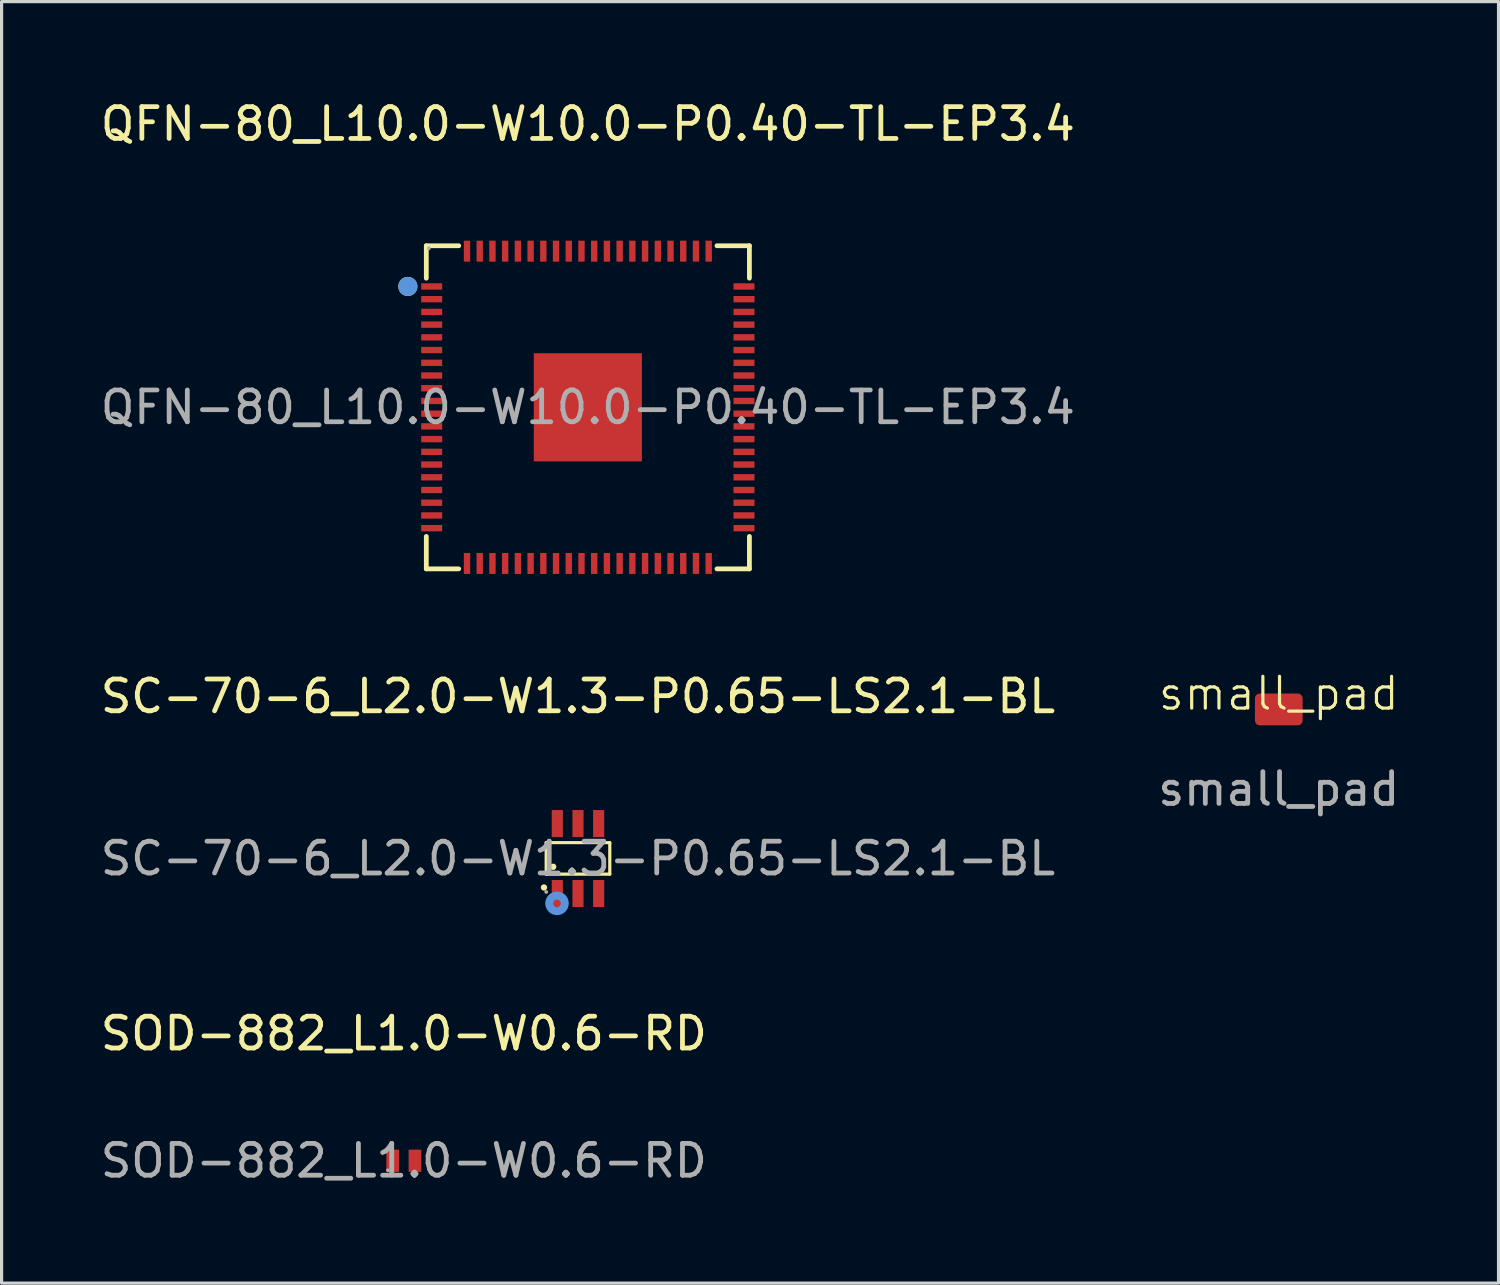
<source format=kicad_pcb>
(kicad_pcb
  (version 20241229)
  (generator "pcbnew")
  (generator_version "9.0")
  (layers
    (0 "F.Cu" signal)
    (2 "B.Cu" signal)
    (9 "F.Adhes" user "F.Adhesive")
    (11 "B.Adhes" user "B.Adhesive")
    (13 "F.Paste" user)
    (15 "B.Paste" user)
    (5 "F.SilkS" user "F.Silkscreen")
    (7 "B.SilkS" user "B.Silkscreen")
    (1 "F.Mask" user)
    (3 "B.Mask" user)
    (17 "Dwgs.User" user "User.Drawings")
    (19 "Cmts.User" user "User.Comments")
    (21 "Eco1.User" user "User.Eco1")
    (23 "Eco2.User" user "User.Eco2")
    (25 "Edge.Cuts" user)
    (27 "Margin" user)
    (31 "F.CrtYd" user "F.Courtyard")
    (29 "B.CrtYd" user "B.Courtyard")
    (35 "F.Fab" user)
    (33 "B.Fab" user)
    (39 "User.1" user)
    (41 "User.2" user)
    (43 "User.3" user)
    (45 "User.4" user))
  (footprint "SOD-882_L1.0-W0.6-RD"
    (layer "F.Cu")
    (at 9.649 33.45)
    (property "Reference" "SOD-882_L1.0-W0.6-RD" (at 0 -4 0) (layer "F.SilkS") (effects (font (size 1 1) (thickness 0.15))))
    (attr through_hole)
    (fp_circle (center -0.5 0.3) (end -0.47 0.3) (stroke (width 0.06) (type solid)) (fill no) (layer "F.Fab"))
    (fp_text user "${REFERENCE}" (at 0 0 0) (layer "F.Fab") (effects (font (size 1 1) (thickness 0.15))))
    (pad "1" smd rect (at -0.35 0) (size 0.4 0.7) (layers "F.Cu" "F.Mask" "F.Paste"))
    (pad "2" smd rect (at 0.35 0) (size 0.4 0.7) (layers "F.Cu" "F.Mask" "F.Paste")))
  (footprint "SC-70-6_L2.0-W1.3-P0.65-LS2.1-BL"
    (layer "F.Cu")
    (at 15.125 23.947)
    (property "Reference" "SC-70-6_L2.0-W1.3-P0.65-LS2.1-BL" (at 0 -5.1 0) (layer "F.SilkS") (effects (font (size 1 1) (thickness 0.15))))
    (attr smd)
    (fp_line (start -1 -0.5) (end -1 0.49) (stroke (width 0.1) (type solid)) (layer "F.SilkS"))
    (fp_line (start -1 0.49) (end 1 0.49) (stroke (width 0.1) (type solid)) (layer "F.SilkS"))
    (fp_line (start 0.99 -0.5) (end -1 -0.5) (stroke (width 0.1) (type solid)) (layer "F.SilkS"))
    (fp_line (start 1 -0.49) (end 0.99 -0.5) (stroke (width 0.1) (type solid)) (layer "F.SilkS"))
    (fp_line (start 1 0.49) (end 1 -0.49) (stroke (width 0.1) (type solid)) (layer "F.SilkS"))
    (fp_circle (center -1.07 0.91) (end -1.02 0.91) (stroke (width 0.1) (type solid)) (fill no) (layer "F.SilkS"))
    (fp_circle (center -0.78 0.26) (end -0.73 0.26) (stroke (width 0.1) (type solid)) (fill no) (layer "F.SilkS"))
    (fp_circle (center -0.66 1.41) (end -0.54 1.41) (stroke (width 0.25) (type solid)) (fill no) (layer "Cmts.User"))
    (fp_circle (center -1 1.05) (end -0.97 1.05) (stroke (width 0.06) (type solid)) (fill no) (layer "F.Fab"))
    (fp_text user "${REFERENCE}" (at 0 0 0) (layer "F.Fab") (effects (font (size 1 1) (thickness 0.15))))
    (pad "1" smd rect (at -0.65 1.1) (size 0.35 0.85) (layers "F.Cu" "F.Mask" "F.Paste"))
    (pad "2" smd rect (at 0 1.1) (size 0.35 0.85) (layers "F.Cu" "F.Mask" "F.Paste"))
    (pad "3" smd rect (at 0.65 1.1) (size 0.35 0.85) (layers "F.Cu" "F.Mask" "F.Paste"))
    (pad "4" smd rect (at 0.65 -1.1) (size 0.35 0.85) (layers "F.Cu" "F.Mask" "F.Paste"))
    (pad "5" smd rect (at 0 -1.1) (size 0.35 0.85) (layers "F.Cu" "F.Mask" "F.Paste"))
    (pad "6" smd rect (at -0.65 -1.1) (size 0.35 0.85) (layers "F.Cu" "F.Mask" "F.Paste")))
  (footprint "small_pad"
    (layer "F.Cu")
    (at 37.161 19.259)
    (property "Reference" "small_pad" (at 0 -0.5 0) (unlocked yes) (layer "F.SilkS") (effects (font (size 1 1) (thickness 0.1))))
    (attr smd)
    (fp_text user "${REFERENCE}" (at 0 2.5 0) (unlocked yes) (layer "F.Fab") (effects (font (size 1 1) (thickness 0.15))))
    (pad "1" smd roundrect (at 0 0) (size 1.5 1) (property pad_prop_testpoint) (layers "F.Cu" "F.Mask") (roundrect_rratio 0.15)))
  (footprint "QFN-80_L10.0-W10.0-P0.40-TL-EP3.4"
    (layer "F.Cu")
    (at 15.435 9.758)
    (property "Reference" "QFN-80_L10.0-W10.0-P0.40-TL-EP3.4" (at 0 -8.91 0) (layer "F.SilkS") (effects (font (size 1 1) (thickness 0.15))))
    (attr smd)
    (fp_line (start -5.08 -5.08) (end -4.06 -5.08) (stroke (width 0.15) (type solid)) (layer "F.SilkS"))
    (fp_line (start -5.08 -4.06) (end -5.08 -5.08) (stroke (width 0.15) (type solid)) (layer "F.SilkS"))
    (fp_line (start -5.08 4.06) (end -5.08 5.08) (stroke (width 0.15) (type solid)) (layer "F.SilkS"))
    (fp_line (start -5.08 5.08) (end -4.06 5.08) (stroke (width 0.15) (type solid)) (layer "F.SilkS"))
    (fp_line (start 5.08 -5.08) (end 4.06 -5.08) (stroke (width 0.15) (type solid)) (layer "F.SilkS"))
    (fp_line (start 5.08 -4.06) (end 5.08 -5.08) (stroke (width 0.15) (type solid)) (layer "F.SilkS"))
    (fp_line (start 5.08 4.06) (end 5.08 5.08) (stroke (width 0.15) (type solid)) (layer "F.SilkS"))
    (fp_line (start 5.08 5.08) (end 4.06 5.08) (stroke (width 0.15) (type solid)) (layer "F.SilkS"))
    (fp_circle (center -5.66 -3.8) (end -5.51 -3.8) (stroke (width 0.3) (type solid)) (fill no) (layer "F.SilkS"))
    (fp_circle (center -5.66 -3.8) (end -5.51 -3.8) (stroke (width 0.3) (type solid)) (fill no) (layer "Cmts.User"))
    (fp_circle (center -5 -5) (end -4.97 -5) (stroke (width 0.06) (type solid)) (fill no) (layer "F.Fab"))
    (fp_text user "${REFERENCE}" (at 0 0 0) (layer "F.Fab") (effects (font (size 1 1) (thickness 0.15))))
    (pad "1" smd rect (at -4.91 -3.8) (size 0.66 0.2) (layers "F.Cu" "F.Mask" "F.Paste"))
    (pad "2" smd rect (at -4.91 -3.4) (size 0.66 0.2) (layers "F.Cu" "F.Mask" "F.Paste"))
    (pad "3" smd rect (at -4.91 -3) (size 0.66 0.2) (layers "F.Cu" "F.Mask" "F.Paste"))
    (pad "4" smd rect (at -4.91 -2.6) (size 0.66 0.2) (layers "F.Cu" "F.Mask" "F.Paste"))
    (pad "5" smd rect (at -4.91 -2.2) (size 0.66 0.2) (layers "F.Cu" "F.Mask" "F.Paste"))
    (pad "6" smd rect (at -4.91 -1.8) (size 0.66 0.2) (layers "F.Cu" "F.Mask" "F.Paste"))
    (pad "7" smd rect (at -4.91 -1.4) (size 0.66 0.2) (layers "F.Cu" "F.Mask" "F.Paste"))
    (pad "8" smd rect (at -4.91 -1) (size 0.66 0.2) (layers "F.Cu" "F.Mask" "F.Paste"))
    (pad "9" smd rect (at -4.91 -0.6) (size 0.66 0.2) (layers "F.Cu" "F.Mask" "F.Paste"))
    (pad "10" smd rect (at -4.91 -0.2) (size 0.66 0.2) (layers "F.Cu" "F.Mask" "F.Paste"))
    (pad "11" smd rect (at -4.91 0.2) (size 0.66 0.2) (layers "F.Cu" "F.Mask" "F.Paste"))
    (pad "12" smd rect (at -4.91 0.6) (size 0.66 0.2) (layers "F.Cu" "F.Mask" "F.Paste"))
    (pad "13" smd rect (at -4.91 1) (size 0.66 0.2) (layers "F.Cu" "F.Mask" "F.Paste"))
    (pad "14" smd rect (at -4.91 1.4) (size 0.66 0.2) (layers "F.Cu" "F.Mask" "F.Paste"))
    (pad "15" smd rect (at -4.91 1.8) (size 0.66 0.2) (layers "F.Cu" "F.Mask" "F.Paste"))
    (pad "16" smd rect (at -4.91 2.2) (size 0.66 0.2) (layers "F.Cu" "F.Mask" "F.Paste"))
    (pad "17" smd rect (at -4.91 2.6) (size 0.66 0.2) (layers "F.Cu" "F.Mask" "F.Paste"))
    (pad "18" smd rect (at -4.91 3) (size 0.66 0.2) (layers "F.Cu" "F.Mask" "F.Paste"))
    (pad "19" smd rect (at -4.91 3.4) (size 0.66 0.2) (layers "F.Cu" "F.Mask" "F.Paste"))
    (pad "20" smd rect (at -4.91 3.8) (size 0.66 0.2) (layers "F.Cu" "F.Mask" "F.Paste"))
    (pad "21" smd rect (at -3.8 4.91) (size 0.2 0.66) (layers "F.Cu" "F.Mask" "F.Paste"))
    (pad "22" smd rect (at -3.4 4.91) (size 0.2 0.66) (layers "F.Cu" "F.Mask" "F.Paste"))
    (pad "23" smd rect (at -3 4.91) (size 0.2 0.66) (layers "F.Cu" "F.Mask" "F.Paste"))
    (pad "24" smd rect (at -2.6 4.91) (size 0.2 0.66) (layers "F.Cu" "F.Mask" "F.Paste"))
    (pad "25" smd rect (at -2.2 4.91) (size 0.2 0.66) (layers "F.Cu" "F.Mask" "F.Paste"))
    (pad "26" smd rect (at -1.8 4.91) (size 0.2 0.66) (layers "F.Cu" "F.Mask" "F.Paste"))
    (pad "27" smd rect (at -1.4 4.91) (size 0.2 0.66) (layers "F.Cu" "F.Mask" "F.Paste"))
    (pad "28" smd rect (at -1 4.91) (size 0.2 0.66) (layers "F.Cu" "F.Mask" "F.Paste"))
    (pad "29" smd rect (at -0.6 4.91) (size 0.2 0.66) (layers "F.Cu" "F.Mask" "F.Paste"))
    (pad "30" smd rect (at -0.2 4.91) (size 0.2 0.66) (layers "F.Cu" "F.Mask" "F.Paste"))
    (pad "31" smd rect (at 0.2 4.91) (size 0.2 0.66) (layers "F.Cu" "F.Mask" "F.Paste"))
    (pad "32" smd rect (at 0.6 4.91) (size 0.2 0.66) (layers "F.Cu" "F.Mask" "F.Paste"))
    (pad "33" smd rect (at 1 4.91) (size 0.2 0.66) (layers "F.Cu" "F.Mask" "F.Paste"))
    (pad "34" smd rect (at 1.4 4.91) (size 0.2 0.66) (layers "F.Cu" "F.Mask" "F.Paste"))
    (pad "35" smd rect (at 1.8 4.91) (size 0.2 0.66) (layers "F.Cu" "F.Mask" "F.Paste"))
    (pad "36" smd rect (at 2.2 4.91) (size 0.2 0.66) (layers "F.Cu" "F.Mask" "F.Paste"))
    (pad "37" smd rect (at 2.6 4.91) (size 0.2 0.66) (layers "F.Cu" "F.Mask" "F.Paste"))
    (pad "38" smd rect (at 3 4.91) (size 0.2 0.66) (layers "F.Cu" "F.Mask" "F.Paste"))
    (pad "39" smd rect (at 3.4 4.91) (size 0.2 0.66) (layers "F.Cu" "F.Mask" "F.Paste"))
    (pad "40" smd rect (at 3.8 4.91) (size 0.2 0.66) (layers "F.Cu" "F.Mask" "F.Paste"))
    (pad "41" smd rect (at 4.91 3.8) (size 0.66 0.2) (layers "F.Cu" "F.Mask" "F.Paste"))
    (pad "42" smd rect (at 4.91 3.4) (size 0.66 0.2) (layers "F.Cu" "F.Mask" "F.Paste"))
    (pad "43" smd rect (at 4.91 3) (size 0.66 0.2) (layers "F.Cu" "F.Mask" "F.Paste"))
    (pad "44" smd rect (at 4.91 2.6) (size 0.66 0.2) (layers "F.Cu" "F.Mask" "F.Paste"))
    (pad "45" smd rect (at 4.91 2.2) (size 0.66 0.2) (layers "F.Cu" "F.Mask" "F.Paste"))
    (pad "46" smd rect (at 4.91 1.8) (size 0.66 0.2) (layers "F.Cu" "F.Mask" "F.Paste"))
    (pad "47" smd rect (at 4.91 1.4) (size 0.66 0.2) (layers "F.Cu" "F.Mask" "F.Paste"))
    (pad "48" smd rect (at 4.91 1) (size 0.66 0.2) (layers "F.Cu" "F.Mask" "F.Paste"))
    (pad "49" smd rect (at 4.91 0.6) (size 0.66 0.2) (layers "F.Cu" "F.Mask" "F.Paste"))
    (pad "50" smd rect (at 4.91 0.2) (size 0.66 0.2) (layers "F.Cu" "F.Mask" "F.Paste"))
    (pad "51" smd rect (at 4.91 -0.2) (size 0.66 0.2) (layers "F.Cu" "F.Mask" "F.Paste"))
    (pad "52" smd rect (at 4.91 -0.6) (size 0.66 0.2) (layers "F.Cu" "F.Mask" "F.Paste"))
    (pad "53" smd rect (at 4.91 -1) (size 0.66 0.2) (layers "F.Cu" "F.Mask" "F.Paste"))
    (pad "54" smd rect (at 4.91 -1.4) (size 0.66 0.2) (layers "F.Cu" "F.Mask" "F.Paste"))
    (pad "55" smd rect (at 4.91 -1.8) (size 0.66 0.2) (layers "F.Cu" "F.Mask" "F.Paste"))
    (pad "56" smd rect (at 4.91 -2.2) (size 0.66 0.2) (layers "F.Cu" "F.Mask" "F.Paste"))
    (pad "57" smd rect (at 4.91 -2.6) (size 0.66 0.2) (layers "F.Cu" "F.Mask" "F.Paste"))
    (pad "58" smd rect (at 4.91 -3) (size 0.66 0.2) (layers "F.Cu" "F.Mask" "F.Paste"))
    (pad "59" smd rect (at 4.91 -3.4) (size 0.66 0.2) (layers "F.Cu" "F.Mask" "F.Paste"))
    (pad "60" smd rect (at 4.91 -3.8) (size 0.66 0.2) (layers "F.Cu" "F.Mask" "F.Paste"))
    (pad "61" smd rect (at 3.8 -4.91) (size 0.2 0.66) (layers "F.Cu" "F.Mask" "F.Paste"))
    (pad "62" smd rect (at 3.4 -4.91) (size 0.2 0.66) (layers "F.Cu" "F.Mask" "F.Paste"))
    (pad "63" smd rect (at 3 -4.91) (size 0.2 0.66) (layers "F.Cu" "F.Mask" "F.Paste"))
    (pad "64" smd rect (at 2.6 -4.91) (size 0.2 0.66) (layers "F.Cu" "F.Mask" "F.Paste"))
    (pad "65" smd rect (at 2.2 -4.91) (size 0.2 0.66) (layers "F.Cu" "F.Mask" "F.Paste"))
    (pad "66" smd rect (at 1.8 -4.91) (size 0.2 0.66) (layers "F.Cu" "F.Mask" "F.Paste"))
    (pad "67" smd rect (at 1.4 -4.91) (size 0.2 0.66) (layers "F.Cu" "F.Mask" "F.Paste"))
    (pad "68" smd rect (at 1 -4.91) (size 0.2 0.66) (layers "F.Cu" "F.Mask" "F.Paste"))
    (pad "69" smd rect (at 0.6 -4.91) (size 0.2 0.66) (layers "F.Cu" "F.Mask" "F.Paste"))
    (pad "70" smd rect (at 0.2 -4.91) (size 0.2 0.66) (layers "F.Cu" "F.Mask" "F.Paste"))
    (pad "71" smd rect (at -0.2 -4.91) (size 0.2 0.66) (layers "F.Cu" "F.Mask" "F.Paste"))
    (pad "72" smd rect (at -0.6 -4.91) (size 0.2 0.66) (layers "F.Cu" "F.Mask" "F.Paste"))
    (pad "73" smd rect (at -1 -4.91) (size 0.2 0.66) (layers "F.Cu" "F.Mask" "F.Paste"))
    (pad "74" smd rect (at -1.4 -4.91) (size 0.2 0.66) (layers "F.Cu" "F.Mask" "F.Paste"))
    (pad "75" smd rect (at -1.8 -4.91) (size 0.2 0.66) (layers "F.Cu" "F.Mask" "F.Paste"))
    (pad "76" smd rect (at -2.2 -4.91) (size 0.2 0.66) (layers "F.Cu" "F.Mask" "F.Paste"))
    (pad "77" smd rect (at -2.6 -4.91) (size 0.2 0.66) (layers "F.Cu" "F.Mask" "F.Paste"))
    (pad "78" smd rect (at -3 -4.91) (size 0.2 0.66) (layers "F.Cu" "F.Mask" "F.Paste"))
    (pad "79" smd rect (at -3.4 -4.91) (size 0.2 0.66) (layers "F.Cu" "F.Mask" "F.Paste"))
    (pad "80" smd rect (at -3.8 -4.91) (size 0.2 0.66) (layers "F.Cu" "F.Mask" "F.Paste"))
    (pad "81" smd rect (at 0 0) (size 3.4 3.4) (layers "F.Cu" "F.Mask" "F.Paste")))
  (gr_rect
    (start -3 -3)
    (end 44.071 37.298)
    (stroke (width 0.1) (type default))
    (fill no)
    (layer "Edge.Cuts")))
</source>
